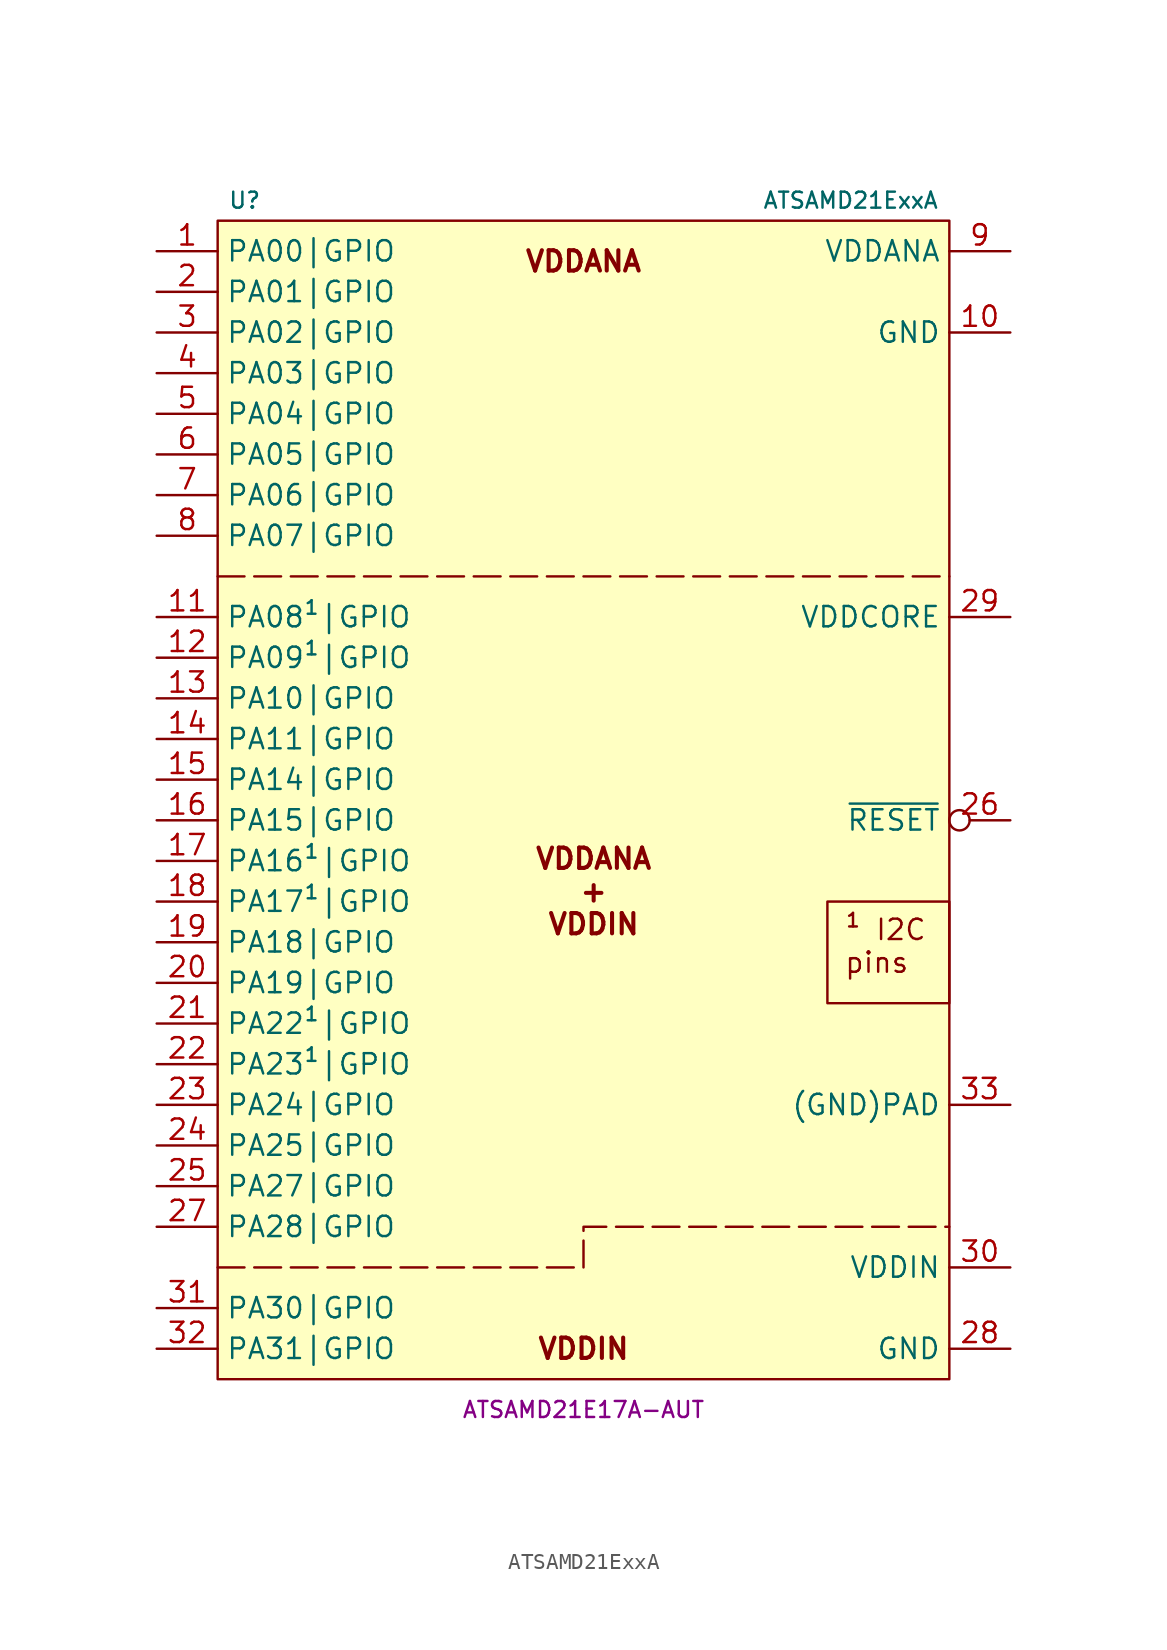
<source format=kicad_sym>
(kicad_symbol_lib
  (version 20231120)
  (generator "kicad_symbol_editor")
  (generator_version "8.0")
  (symbol "ATSAMD21ExxA"
    (property "Reference" "U"
      (at -22.225 36.195 0)
      (do_not_autoplace)
      (effects (font (size 1 1)) (justify left)))
    (property "Value" "ATSAMD21ExxA"
      (at 22.225 36.195 0)
      (do_not_autoplace)
      (effects (font (size 1 1)) (justify right)))
    (property "MPN" "ATSAMD21E17A-AUT"
      (at 0 -39.37 0)
      (do_not_autoplace)
      (effects (font (size 1 1))))
    (symbol "ATSAMD21ExxA_0_1"
      (rectangle (start -22.86 34.925) (end 22.86 -37.465) (stroke (width 0.152) (type default)) (fill (type background))))
    (symbol "ATSAMD21ExxA_1_1"
      (polyline (pts (xy -22.86 12.7) (xy 22.86 12.7)) (stroke (width 0) (type dash)) (fill (type none)))
      (polyline (pts (xy -22.86 -30.48) (xy 0 -30.48) (xy 0 -27.94) (xy 22.86 -27.94)) (stroke (width 0) (type dash)) (fill (type none)))
      (text "VDDANA\n" (at 0 32.385 0) (effects (font (size 1.27 1.27) (bold yes))))
      (text "VDDANA\n+\nVDDIN" (at 0.635 -6.985 0) (effects (font (size 1.27 1.27) (bold yes))))
      (text "VDDIN" (at 0 -35.56 0) (effects (font (size 1.27 1.27) (bold yes))))
      (text_box "¹ I2C pins" (at 15.24 -7.62 0) (size 7.62 -6.35) (stroke (width 0) (type default)) (fill (type none)) (effects (font (size 1.27 1.27)) (justify left top)))
      (pin bidirectional line (at -26.67 33.02 0) (length 3.81) (name "PA00|GPIO" (effects (font (size 1.27 1.27)))) (number "1" (effects (font (size 1.27 1.27)))) (alternate "PA00|A:EXTINT.0" input line) (alternate "PA00|D0:SERCOM1.MI/SI" input line) (alternate "PA00|D0:SERCOM1.MO/SO" output line) (alternate "PA00|D0:SERCOM1.RX" input line) (alternate "PA00|D0:SERCOM1.TX" output line) (alternate "PA00|D2:SERCOM1.TX" output line) (alternate "PA00|D3:SERCOM1.MO/SO" output line) (alternate "PA00|D:SERCOM1.PAD0" bidirectional line) (alternate "PA00|E:TCC2.WO0" output line) (alternate "XIN32" input clock))
      (pin power_in line (at 26.67 27.94 180) (length 3.81) (name "GND" (effects (font (size 1.27 1.27)))) (number "10" (effects (font (size 1.27 1.27)))))
      (pin bidirectional line (at -26.67 10.16 0) (length 3.81) (name "PA08¹|GPIO" (effects (font (size 1.27 1.27)))) (number "11" (effects (font (size 1.27 1.27)))) (alternate "PA08¹|A:NMI" input line) (alternate "PA08¹|B:ADC.IN16" input line) (alternate "PA08¹|B:PTC.X0" input line) (alternate "PA08¹|C0:SERCOM0.MI/SI" input line) (alternate "PA08¹|C0:SERCOM0.MO/SO" output line) (alternate "PA08¹|C0:SERCOM0.RX" input line) (alternate "PA08¹|C0:SERCOM0.TX" output line) (alternate "PA08¹|C2:SERCOM0.MO/SO" output line) (alternate "PA08¹|C2:SERCOM0.TX" output line) (alternate "PA08¹|C:SERCOM0.PAD0" bidirectional line) (alternate "PA08¹|C:SERCOM0.SDA" open_collector line) (alternate "PA08¹|D0:SERCOM2.MI/SI" input line) (alternate "PA08¹|D0:SERCOM2.MO/SO" output line) (alternate "PA08¹|D0:SERCOM2.RX" input line) (alternate "PA08¹|D0:SERCOM2.TX" output line) (alternate "PA08¹|D2:SERCOM2.MO/SO" output line) (alternate "PA08¹|D2:SERCOM2.TX" output line) (alternate "PA08¹|D:SERCOM2.PAD0" bidirectional line) (alternate "PA08¹|D:SERCOM2.SDA" open_collector line) (alternate "PA08¹|E:TCC0.WO0" output line) (alternate "PA08¹|F:TCC1.WO2" bidirectional line) (alternate "PA08¹|G:I2S.SD1" bidirectional line))
      (pin bidirectional line (at -26.67 7.62 0) (length 3.81) (name "PA09¹|GPIO" (effects (font (size 1.27 1.27)))) (number "12" (effects (font (size 1.27 1.27)))) (alternate "PA09¹|A:EXTINT.9" input line) (alternate "PA09¹|B:ADC.IN17" input line) (alternate "PA09¹|B:PTC.X1" input line) (alternate "PA09¹|C0:SERCOM0.SCK" bidirectional clock) (alternate "PA09¹|C0:SERCOM0.XCK" bidirectional clock) (alternate "PA09¹|C1:SERCOM0.MI/SI" input line) (alternate "PA09¹|C1:SERCOM0.RX" input line) (alternate "PA09¹|C1:SERCOM0.~{SS}" bidirectional inverted) (alternate "PA09¹|C2:SERCOM0.SCK" bidirectional clock) (alternate "PA09¹|C3:SERCOM0.~{SS}" bidirectional inverted) (alternate "PA09¹|C:SERCOM0.PAD1" bidirectional line) (alternate "PA09¹|C:SERCOM0.SCL" open_collector clock) (alternate "PA09¹|D0:SERCOM2.SCK" bidirectional clock) (alternate "PA09¹|D0:SERCOM2.XCK" bidirectional clock) (alternate "PA09¹|D1:SERCOM2.MI/SI" input line) (alternate "PA09¹|D1:SERCOM2.RX" input line) (alternate "PA09¹|D1:SERCOM2.~{SS}" bidirectional inverted) (alternate "PA09¹|D2:SERCOM2.SCK" bidirectional clock) (alternate "PA09¹|D3:SERCOM2.~{SS}" bidirectional inverted) (alternate "PA09¹|D:SERCOM2.PAD1" bidirectional line) (alternate "PA09¹|D:SERCOM2.SCL" open_collector clock) (alternate "PA09¹|E:TCC0.WO1" output line) (alternate "PA09¹|F:TCC1.WO3" output line) (alternate "PA09¹|G:I2S.MCK0" bidirectional clock))
      (pin bidirectional line (at -26.67 5.08 0) (length 3.81) (name "PA10|GPIO" (effects (font (size 1.27 1.27)))) (number "13" (effects (font (size 1.27 1.27)))) (alternate "PA10|A:EXTINT.10" input line) (alternate "PA10|B:ADC.IN18" input line) (alternate "PA10|B:PTC.X2" input line) (alternate "PA10|C0:SERCOM0.~{SS}" bidirectional inverted) (alternate "PA10|C1:SERCOM0.MO/SO" output line) (alternate "PA10|C1:SERCOM0.TX" output line) (alternate "PA10|C2:SERCOM0.MI/SI" input line) (alternate "PA10|C2:SERCOM0.RX" input line) (alternate "PA10|C2:SERCOM0.~{RTS}" output inverted) (alternate "PA10|C2:SERCOM0.~{SS}" bidirectional inverted) (alternate "PA10|C:SERCOM0.PAD2" bidirectional line) (alternate "PA10|D0:SERCOM2.~{SS}" bidirectional inverted) (alternate "PA10|D1:SERCOM2.MO/SO" output line) (alternate "PA10|D1:SERCOM2.TX" output line) (alternate "PA10|D2:SERCOM2.MI/SI" input line) (alternate "PA10|D2:SERCOM2.RX" input line) (alternate "PA10|D2:SERCOM2.~{RTS}" output inverted) (alternate "PA10|D2:SERCOM2.~{SS}" bidirectional inverted) (alternate "PA10|D:SERCOM2.PAD2" bidirectional line) (alternate "PA10|E:TCC0.WO2" output line) (alternate "PA10|F:TCC1.WO0" output line) (alternate "PA10|G:I2S.SCK0" bidirectional clock) (alternate "PA10|H:GCLK.IO4" bidirectional clock))
      (pin bidirectional line (at -26.67 2.54 0) (length 3.81) (name "PA11|GPIO" (effects (font (size 1.27 1.27)))) (number "14" (effects (font (size 1.27 1.27)))) (alternate "PA11|A:EXTINT.11" input line) (alternate "PA11|B:ADC.IN19" input line) (alternate "PA11|B:PTC.X3" input line) (alternate "PA11|C1:SERCOM0.SCK" bidirectional clock) (alternate "PA11|C1:SERCOM0.XCK" bidirectional clock) (alternate "PA11|C2:SERCOM0.MO/SO" output line) (alternate "PA11|C2:SERCOM0.~{CTS}" input inverted) (alternate "PA11|C3:SERCOM0.MI/SI" input line) (alternate "PA11|C3:SERCOM0.RX" input line) (alternate "PA11|C3:SERCOM0.SCK" bidirectional clock) (alternate "PA11|C:SERCOM0.PAD3" bidirectional line) (alternate "PA11|D1:SERCOM2.SCK" bidirectional clock) (alternate "PA11|D1:SERCOM2.XCK" bidirectional clock) (alternate "PA11|D2:SERCOM2.MO/SO" output line) (alternate "PA11|D2:SERCOM2.~{CTS}" input line) (alternate "PA11|D3:SERCOM2.MI/SI" input line) (alternate "PA11|D3:SERCOM2.RX" input line) (alternate "PA11|D3:SERCOM2.SCK" bidirectional clock) (alternate "PA11|D:SERCOM2.PAD3" bidirectional line) (alternate "PA11|E:TCC0.WO3" bidirectional line) (alternate "PA11|F:TCC1.WO1" bidirectional line) (alternate "PA11|G:I2S.FS0" bidirectional clock) (alternate "PA11|H:GCLK.IO5" bidirectional clock))
      (pin bidirectional line (at -26.67 0 0) (length 3.81) (name "PA14|GPIO" (effects (font (size 1.27 1.27)))) (number "15" (effects (font (size 1.27 1.27)))) (alternate "PA14|A:EXTINT.14" input line) (alternate "PA14|C0:SERCOM2.~{SS}" bidirectional inverted) (alternate "PA14|C1:SERCOM2.MO/SO" output line) (alternate "PA14|C1:SERCOM2.TX" output line) (alternate "PA14|C2:SERCOM2.MI/SI" input line) (alternate "PA14|C2:SERCOM2.RX" input line) (alternate "PA14|C2:SERCOM2.~{RTS}" output inverted) (alternate "PA14|C2:SERCOM2.~{SS}" bidirectional inverted) (alternate "PA14|C:SERCOM2.PAD2" bidirectional line) (alternate "PA14|D0:SERCOM4.~{SS}" bidirectional inverted) (alternate "PA14|D1:SERCOM4.MO/SO" output line) (alternate "PA14|D1:SERCOM4.TX" output line) (alternate "PA14|D2:SERCOM4.MI/SI" input line) (alternate "PA14|D2:SERCOM4.RX" input line) (alternate "PA14|D2:SERCOM4.~{RTS}" output inverted) (alternate "PA14|D2:SERCOM4.~{SS}" bidirectional inverted) (alternate "PA14|D:SERCOM4.PAD2" bidirectional line) (alternate "PA14|E:TC3.WO0" output line) (alternate "PA14|F:TCC0.WO4" output line) (alternate "PA14|H:GCLK.IO0" bidirectional clock) (alternate "XIN" input clock))
      (pin bidirectional line (at -26.67 -2.54 0) (length 3.81) (name "PA15|GPIO" (effects (font (size 1.27 1.27)))) (number "16" (effects (font (size 1.27 1.27)))) (alternate "PA15|C1:SERCOM2.SCK" bidirectional clock) (alternate "PA15|C1:SERCOM2.XCK" bidirectional clock) (alternate "PA15|C2:SERCOM2.MO/SO" output line) (alternate "PA15|C2:SERCOM2.~{CTS}" input inverted) (alternate "PA15|C3:SERCOM2.MI/SI" input line) (alternate "PA15|C3:SERCOM2.RX" input line) (alternate "PA15|C3:SERCOM2.SCK" bidirectional clock) (alternate "PA15|C:SERCOM2.PAD3" bidirectional line) (alternate "PA15|D1:SERCOM4.SCK" bidirectional clock) (alternate "PA15|D1:SERCOM4.XCK" bidirectional clock) (alternate "PA15|D2:SERCOM4.MO/SO" output line) (alternate "PA15|D2:SERCOM4.~{CTS}" input inverted) (alternate "PA15|D3:SERCOM4.MI/SI" input line) (alternate "PA15|D3:SERCOM4.RX" input line) (alternate "PA15|D3:SERCOM4.SCK" bidirectional clock) (alternate "PA15|D:SERCOM4.PAD3" bidirectional line) (alternate "PA15|E:TC3.WO1" output line) (alternate "PA15|F:TCC0.WO5" output line) (alternate "PA15|H:GCLK.IO1" bidirectional clock) (alternate "XOUT" output clock))
      (pin bidirectional line (at -26.67 -5.08 0) (length 3.81) (name "PA16¹|GPIO" (effects (font (size 1.27 1.27)))) (number "17" (effects (font (size 1.27 1.27)))) (alternate "PA16¹|A:EXTINT.0" input line) (alternate "PA16¹|B:PTC.X4" input line) (alternate "PA16¹|C0:SERCOM1.MI/SI" input line) (alternate "PA16¹|C0:SERCOM1.MO/SO" output line) (alternate "PA16¹|C0:SERCOM1.RX" input line) (alternate "PA16¹|C0:SERCOM1.TX" output line) (alternate "PA16¹|C2:SERCOM1.TX" output line) (alternate "PA16¹|C3:SERCOM1.MO/SO" output line) (alternate "PA16¹|C:SERCOM1.PAD0" bidirectional line) (alternate "PA16¹|C:SERCOM1.SDA" open_collector line) (alternate "PA16¹|D0:SERCOM3.MI/SI" input line) (alternate "PA16¹|D0:SERCOM3.MO/SO" output line) (alternate "PA16¹|D0:SERCOM3.RX" input line) (alternate "PA16¹|D0:SERCOM3.TX" output line) (alternate "PA16¹|D2:SERCOM3.TX" output line) (alternate "PA16¹|D3:SERCOM3.MO/SO" output line) (alternate "PA16¹|D:SERCOM3.PAD0" bidirectional line) (alternate "PA16¹|D:SERCOM3.SDA" open_collector line) (alternate "PA16¹|E:TCC2.WO0" output line) (alternate "PA16¹|F:TCC0.WO6" output line) (alternate "PA16¹|H:GCLK.IO2" bidirectional clock))
      (pin bidirectional line (at -26.67 -7.62 0) (length 3.81) (name "PA17¹|GPIO" (effects (font (size 1.27 1.27)))) (number "18" (effects (font (size 1.27 1.27)))) (alternate "PA17¹|A:EXTINT.1" input line) (alternate "PA17¹|B:PTC.X5" input line) (alternate "PA17¹|C0:SERCOM1.SCK" bidirectional clock) (alternate "PA17¹|C0:SERCOM1.XCK" output clock) (alternate "PA17¹|C1:SERCOM1.MI/SI" input line) (alternate "PA17¹|C1:SERCOM1.RX" input line) (alternate "PA17¹|C1:SERCOM1.~{SS}" bidirectional inverted) (alternate "PA17¹|C2:SERCOM1.SCK" bidirectional clock) (alternate "PA17¹|C3:SERCOM1.~{SS}" bidirectional inverted) (alternate "PA17¹|C:SERCOM1.PAD1" bidirectional line) (alternate "PA17¹|C:SERCOM1.SCL" open_collector clock) (alternate "PA17¹|D0:SERCOM3.SCK" bidirectional clock) (alternate "PA17¹|D0:SERCOM3.XCK" output clock) (alternate "PA17¹|D1:SERCOM3.MI/SI" input line) (alternate "PA17¹|D1:SERCOM3.RX" input line) (alternate "PA17¹|D1:SERCOM3.~{SS}" bidirectional inverted) (alternate "PA17¹|D2:SERCOM3.SCK" bidirectional clock) (alternate "PA17¹|D3:SERCOM3.~{SS}" bidirectional inverted) (alternate "PA17¹|D:SERCOM3.PAD1" bidirectional line) (alternate "PA17¹|D:SERCOM3.SCL" open_collector clock) (alternate "PA17¹|E:TCC2.WO1" output line) (alternate "PA17¹|F:TCC0.WO7" output line) (alternate "PA17¹|H:GCLK.IO3" bidirectional clock))
      (pin bidirectional line (at -26.67 -10.16 0) (length 3.81) (name "PA18|GPIO" (effects (font (size 1.27 1.27)))) (number "19" (effects (font (size 1.27 1.27)))) (alternate "PA18|A:EXTINT.2" input line) (alternate "PA18|B:PTC.X6" input line) (alternate "PA18|C0:SERCOM1.~{SS}" bidirectional inverted) (alternate "PA18|C1:SERCOM1.MO/SO" output line) (alternate "PA18|C1:SERCOM1.TX" output line) (alternate "PA18|C2:SERCOM1.MI/SI" input line) (alternate "PA18|C2:SERCOM1.RX" input line) (alternate "PA18|C2:SERCOM1.~{RTS}" output inverted) (alternate "PA18|C2:SERCOM1.~{SS}" bidirectional inverted) (alternate "PA18|C:SERCOM1.PAD2" bidirectional line) (alternate "PA18|D0:SERCOM3.~{SS}" bidirectional inverted) (alternate "PA18|D1:SERCOM3.MO/SO" output line) (alternate "PA18|D1:SERCOM3.TX" output line) (alternate "PA18|D2:SERCOM3.MI/SI" input line) (alternate "PA18|D2:SERCOM3.RX" input line) (alternate "PA18|D2:SERCOM3.~{RTS}" output inverted) (alternate "PA18|D2:SERCOM3.~{SS}" bidirectional inverted) (alternate "PA18|D:SERCOM3.PAD2" bidirectional line) (alternate "PA18|E:TC3.WO0" output line) (alternate "PA18|F:TCC0.WO2" output line) (alternate "PA18|H:AC.COMP0" output line))
      (pin bidirectional line (at -26.67 30.48 0) (length 3.81) (name "PA01|GPIO" (effects (font (size 1.27 1.27)))) (number "2" (effects (font (size 1.27 1.27)))) (alternate "PA01|A:EXTINT.1" input line) (alternate "PA01|D0:SERCOM1.SCK" bidirectional clock) (alternate "PA01|D0:SERCOM1.XCK" bidirectional clock) (alternate "PA01|D1:SERCOM1.MI/SI" input line) (alternate "PA01|D1:SERCOM1.RX" input line) (alternate "PA01|D1:SERCOM1.~{SS}" bidirectional inverted) (alternate "PA01|D2:SERCOM1.SCK" bidirectional clock) (alternate "PA01|D3:SERCOM1.~{SS}" bidirectional inverted) (alternate "PA01|D:SERCOM1.PAD1" bidirectional line) (alternate "PA01|E:TCC2.WO1" output line) (alternate "XOUT32" output clock))
      (pin bidirectional line (at -26.67 -12.7 0) (length 3.81) (name "PA19|GPIO" (effects (font (size 1.27 1.27)))) (number "20" (effects (font (size 1.27 1.27)))) (alternate "PA19|A:EXTINT.3" input line) (alternate "PA19|B:PTC.X7" input line) (alternate "PA19|C1:SERCOM1.SCK" bidirectional clock) (alternate "PA19|C1:SERCOM1.XCK" bidirectional clock) (alternate "PA19|C2:SERCOM1.MO/SO" output line) (alternate "PA19|C2:SERCOM1.~{CTS}" input inverted) (alternate "PA19|C3:SERCOM1.MI/SI" input line) (alternate "PA19|C3:SERCOM1.RX" input line) (alternate "PA19|C3:SERCOM1.SCK" bidirectional clock) (alternate "PA19|C:SERCOM1.PAD3" bidirectional line) (alternate "PA19|D1:SERCOM3.SCK" bidirectional clock) (alternate "PA19|D1:SERCOM3.XCK" bidirectional clock) (alternate "PA19|D2:SERCOM3.MO/SO" output line) (alternate "PA19|D2:SERCOM3.~{CTS}" input inverted) (alternate "PA19|D3:SERCOM3.MI/SI" input line) (alternate "PA19|D3:SERCOM3.RX" input line) (alternate "PA19|D3:SERCOM3.SCK" bidirectional clock) (alternate "PA19|D:SERCOM3.PAD3" bidirectional line) (alternate "PA19|E:TC3.WO3" output line) (alternate "PA19|F:TCC0.WO3" output line) (alternate "PA19|G:I2S.SD0" bidirectional line) (alternate "PA19|H:AC.CMP1" output line))
      (pin bidirectional line (at -26.67 -15.24 0) (length 3.81) (name "PA22¹|GPIO" (effects (font (size 1.27 1.27)))) (number "21" (effects (font (size 1.27 1.27)))) (alternate "PA22¹|A:EXTINT.6" input line) (alternate "PA22¹|B:PTC.X10" input line) (alternate "PA22¹|C0:SERCOM3.MI/SI" input line) (alternate "PA22¹|C0:SERCOM3.MO/SO" output line) (alternate "PA22¹|C0:SERCOM3.RX" input line) (alternate "PA22¹|C0:SERCOM3.TX" output line) (alternate "PA22¹|C2:SERCOM3.TX" output line) (alternate "PA22¹|C3:SERCOM3.MO/SO" output line) (alternate "PA22¹|C:SERCOM3.PAD0" bidirectional line) (alternate "PA22¹|C:SERCOM3.SDA" open_collector line) (alternate "PA22¹|D0:SERCOM5.MI/SI" input line) (alternate "PA22¹|D0:SERCOM5.MO/SO" output line) (alternate "PA22¹|D0:SERCOM5.RX" input line) (alternate "PA22¹|D0:SERCOM5.TX" output line) (alternate "PA22¹|D2:SERCOM5.TX" output line) (alternate "PA22¹|D3:SERCOM5.MO/SO" output line) (alternate "PA22¹|D:SERCOM5.PAD0" bidirectional line) (alternate "PA22¹|D:SERCOM5.SDA" open_collector line) (alternate "PA22¹|E:TC4.WO0" output line) (alternate "PA22¹|F:TCC0.WO4" output line) (alternate "PA22¹|H:GCLK.IO6" bidirectional clock))
      (pin bidirectional line (at -26.67 -17.78 0) (length 3.81) (name "PA23¹|GPIO" (effects (font (size 1.27 1.27)))) (number "22" (effects (font (size 1.27 1.27)))) (alternate "PA23¹|A:EXTINT.7" input line) (alternate "PA23¹|B:PTC.X11" input line) (alternate "PA23¹|C0:SERCOM3.SCK" bidirectional clock) (alternate "PA23¹|C0:SERCOM3.XCK" output clock) (alternate "PA23¹|C1:SERCOM3.MI/SI" input line) (alternate "PA23¹|C1:SERCOM3.RX" input line) (alternate "PA23¹|C1:SERCOM3.~{SS}" bidirectional inverted) (alternate "PA23¹|C2:SERCOM3.SCK" bidirectional clock) (alternate "PA23¹|C3:SERCOM3.~{SS}" bidirectional inverted) (alternate "PA23¹|C:SERCOM3.PAD1" bidirectional line) (alternate "PA23¹|C:SERCOM3.SCL" open_collector clock) (alternate "PA23¹|D0:SERCOM5.SCK" bidirectional clock) (alternate "PA23¹|D0:SERCOM5.XCK" output clock) (alternate "PA23¹|D1:SERCOM5.MI/SI" input line) (alternate "PA23¹|D1:SERCOM5.RX" input line) (alternate "PA23¹|D1:SERCOM5.~{SS}" bidirectional inverted) (alternate "PA23¹|D2:SERCOM5.SCK" bidirectional clock) (alternate "PA23¹|D3:SERCOM5.~{SS}" bidirectional inverted) (alternate "PA23¹|D:SERCOM5.PAD1" bidirectional line) (alternate "PA23¹|D:SERCOM5.SCL" open_collector clock) (alternate "PA23¹|E:TC4.WO1" output line) (alternate "PA23¹|F:TCC0.WO5" output line) (alternate "PA23¹|G:USB.SOF" output clock) (alternate "PA23¹|H:GCLK.IO7" bidirectional clock))
      (pin bidirectional line (at -26.67 -20.32 0) (length 3.81) (name "PA24|GPIO" (effects (font (size 1.27 1.27)))) (number "23" (effects (font (size 1.27 1.27)))) (alternate "PA24|A:EXTINT.12" input line) (alternate "PA24|C0:SERCOM3.~{SS}" bidirectional inverted) (alternate "PA24|C1:SERCOM3.MO/SO" output line) (alternate "PA24|C1:SERCOM3.TX" output line) (alternate "PA24|C2:SERCOM3.MI/SI" input line) (alternate "PA24|C2:SERCOM3.RX" input line) (alternate "PA24|C2:SERCOM3.~{RTS}" output inverted) (alternate "PA24|C2:SERCOM3.~{SS}" bidirectional inverted) (alternate "PA24|C:SERCOM3.PAD2" bidirectional line) (alternate "PA24|D0:SERCOM5.~{SS}" bidirectional inverted) (alternate "PA24|D1:SERCOM5.MO/SO" output line) (alternate "PA24|D1:SERCOM5.TX" output line) (alternate "PA24|D2:SERCOM5.MI/SI" input line) (alternate "PA24|D2:SERCOM5.RX" input line) (alternate "PA24|D2:SERCOM5.~{RTS}" output inverted) (alternate "PA24|D2:SERCOM5.~{SS}" bidirectional inverted) (alternate "PA24|D:SERCOM5.PAD2" bidirectional line) (alternate "PA24|E:TC5.WO0" output line) (alternate "PA24|F:TCC1.WO2" output line) (alternate "PA24|G:USB.D-" bidirectional inverted))
      (pin bidirectional line (at -26.67 -22.86 0) (length 3.81) (name "PA25|GPIO" (effects (font (size 1.27 1.27)))) (number "24" (effects (font (size 1.27 1.27)))) (alternate "PA25|A:EXTINT.13" input line) (alternate "PA25|C1:SERCOM3.SCK" bidirectional clock) (alternate "PA25|C1:SERCOM3.XCK" bidirectional clock) (alternate "PA25|C2:SERCOM3.MO/SO" output line) (alternate "PA25|C2:SERCOM3.~{CTS}" input inverted) (alternate "PA25|C3:SERCOM3.MI/SI" input line) (alternate "PA25|C3:SERCOM3.RX" input line) (alternate "PA25|C3:SERCOM3.SCK" bidirectional clock) (alternate "PA25|C:SERCOM3.PAD3" bidirectional line) (alternate "PA25|D1:SERCOM5.SCK" bidirectional clock) (alternate "PA25|D1:SERCOM5.XCK" bidirectional clock) (alternate "PA25|D2:SERCOM5.MO/SO" output line) (alternate "PA25|D2:SERCOM5.~{CTS}" input inverted) (alternate "PA25|D3:SERCOM5.MI/SI" input line) (alternate "PA25|D3:SERCOM5.RX" input line) (alternate "PA25|D3:SERCOM5.SCK" bidirectional clock) (alternate "PA25|D:SERCOM5.PAD3" bidirectional line) (alternate "PA25|E:TC5.WO1" output line) (alternate "PA25|F:TCC1.WO3" output line) (alternate "PA25|G:USB.D+" bidirectional line))
      (pin bidirectional line (at -26.67 -25.4 0) (length 3.81) (name "PA27|GPIO" (effects (font (size 1.27 1.27)))) (number "25" (effects (font (size 1.27 1.27)))) (alternate "PA27|A:EXTINT.15" input line) (alternate "PA27|F:TCC3.WO6" output line) (alternate "PA27|H:GCLK.IO0" bidirectional clock))
      (pin input inverted (at 26.67 -2.54 180) (length 3.81) (name "~{RESET}" (effects (font (size 1.27 1.27)))) (number "26" (effects (font (size 1.27 1.27)))))
      (pin bidirectional line (at -26.67 -27.94 0) (length 3.81) (name "PA28|GPIO" (effects (font (size 1.27 1.27)))) (number "27" (effects (font (size 1.27 1.27)))) (alternate "PA28|A:EXTINT.8" input line) (alternate "PA28|F:TCC3.WO7" output line) (alternate "PA28|H:GCLK.IO0" bidirectional clock))
      (pin power_in line (at 26.67 -35.56 180) (length 3.81) (name "GND" (effects (font (size 1.27 1.27)))) (number "28" (effects (font (size 1.27 1.27)))))
      (pin power_out line (at 26.67 10.16 180) (length 3.81) (name "VDDCORE" (effects (font (size 1.27 1.27)))) (number "29" (effects (font (size 1.27 1.27)))))
      (pin bidirectional line (at -26.67 27.94 0) (length 3.81) (name "PA02|GPIO" (effects (font (size 1.27 1.27)))) (number "3" (effects (font (size 1.27 1.27)))) (alternate "PA02|A:EXTINT.2" input line) (alternate "PA02|B:ADC.IN0" input line) (alternate "PA02|B:DAC.VOUT" output line) (alternate "PA02|B:PTC.Y0" bidirectional line) (alternate "PA02|F:TCC3.WO0" output line))
      (pin power_in line (at 26.67 -30.48 180) (length 3.81) (name "VDDIN" (effects (font (size 1.27 1.27)))) (number "30" (effects (font (size 1.27 1.27)))))
      (pin bidirectional line (at -26.67 -33.02 0) (length 3.81) (name "PA30|GPIO" (effects (font (size 1.27 1.27)))) (number "31" (effects (font (size 1.27 1.27)))) (alternate "PA30|D0:SERCOM1.~{SS}" bidirectional inverted) (alternate "PA30|D1:SERCOM1.MO/SO" output line) (alternate "PA30|D1:SERCOM1.TX" output line) (alternate "PA30|D2:SERCOM1.MI/SI" input line) (alternate "PA30|D2:SERCOM1.RX" input line) (alternate "PA30|D2:SERCOM1.~{RTS}" output inverted) (alternate "PA30|D2:SERCOM1.~{SS}" bidirectional inverted) (alternate "PA30|D:SERCOM1.PAD2" bidirectional line) (alternate "PA30|E:TCC1.WO0" output line) (alternate "PA30|F:TCC3.WO4" output line) (alternate "PA30|G:SWCLK" input clock) (alternate "PA30|H:GCLK.IO0" bidirectional clock))
      (pin bidirectional line (at -26.67 -35.56 0) (length 3.81) (name "PA31|GPIO" (effects (font (size 1.27 1.27)))) (number "32" (effects (font (size 1.27 1.27)))) (alternate "PA31|A:EXTINT.11" input line) (alternate "PA31|D1:SERCOM1.SCK" bidirectional clock) (alternate "PA31|D1:SERCOM1.XCK" bidirectional clock) (alternate "PA31|D2:SERCOM1.MO/SO" output line) (alternate "PA31|D2:SERCOM1.~{CTS}" input inverted) (alternate "PA31|D3:SERCOM1.MI/SI" input line) (alternate "PA31|D3:SERCOM1.RX" input line) (alternate "PA31|D3:SERCOM1.SCK" bidirectional clock) (alternate "PA31|D:SERCOM1.PAD3" bidirectional line) (alternate "PA31|E:TCC1.WO1" output line) (alternate "PA31|F:TCC3.WO5" output line) (alternate "PA31|G:SWDIO" bidirectional line))
      (pin power_in line (at 26.67 -20.32 180) (length 3.81) (name "(GND)PAD" (effects (font (size 1.27 1.27)))) (number "33" (effects (font (size 1.27 1.27)))))
      (pin bidirectional line (at -26.67 25.4 0) (length 3.81) (name "PA03|GPIO" (effects (font (size 1.27 1.27)))) (number "4" (effects (font (size 1.27 1.27)))) (alternate "PA03|A:EXTINT.3" input line) (alternate "PA03|B:ADC.IN1" input line) (alternate "PA03|B:ADC.VREFA" input line) (alternate "PA03|B:PTC.Y1" bidirectional line) (alternate "PA03|F:TCC3.WO1" output line))
      (pin bidirectional line (at -26.67 22.86 0) (length 3.81) (name "PA04|GPIO" (effects (font (size 1.27 1.27)))) (number "5" (effects (font (size 1.27 1.27)))) (alternate "PA04|A:EXTINT.4" input line) (alternate "PA04|B:AC.IN0" input line) (alternate "PA04|B:ADC.IN4" input line) (alternate "PA04|B:ADC.VREFB" input line) (alternate "PA04|B:PTC.Y2" bidirectional line) (alternate "PA04|D0:SERCOM0.MI/SI" input line) (alternate "PA04|D0:SERCOM0.MO/SO" output line) (alternate "PA04|D0:SERCOM0.RX" input line) (alternate "PA04|D0:SERCOM0.TX" output line) (alternate "PA04|D2:SERCOM0.TX" output line) (alternate "PA04|D3:SERCOM0.MO/SO" output line) (alternate "PA04|D:SERCOM0.PAD0" bidirectional line) (alternate "PA04|E:TCC0.WO0" output line) (alternate "PA04|F:TCC3.WO2" output line))
      (pin bidirectional line (at -26.67 20.32 0) (length 3.81) (name "PA05|GPIO" (effects (font (size 1.27 1.27)))) (number "6" (effects (font (size 1.27 1.27)))) (alternate "PA05|A:EXTINT.5" input line) (alternate "PA05|B:AC.IN1" input line) (alternate "PA05|B:ADC.IN5" input line) (alternate "PA05|B:PTC.Y3" bidirectional line) (alternate "PA05|D0:SERCOM0.SCK" bidirectional clock) (alternate "PA05|D0:SERCOM0.XCK" bidirectional clock) (alternate "PA05|D1:SERCOM0.MI/SI" input line) (alternate "PA05|D1:SERCOM0.RX" input line) (alternate "PA05|D1:SERCOM0.~{SS}" bidirectional inverted) (alternate "PA05|D2:SERCOM0.SCK" bidirectional clock) (alternate "PA05|D3:SERCOM0.~{SS}" bidirectional inverted) (alternate "PA05|D:SERCOM0.PAD1" bidirectional line))
      (pin bidirectional line (at -26.67 17.78 0) (length 3.81) (name "PA06|GPIO" (effects (font (size 1.27 1.27)))) (number "7" (effects (font (size 1.27 1.27)))) (alternate "PA06|A:EXTINT.6" input line) (alternate "PA06|B:AC.IN2" input line) (alternate "PA06|B:ADC.IN6" input line) (alternate "PA06|D0:SERCOM0.~{SS}" bidirectional inverted) (alternate "PA06|D1:SERCOM0.MO/SO" output line) (alternate "PA06|D1:SERCOM0.TX" output line) (alternate "PA06|D2:SERCOM0.MI/SI" input line) (alternate "PA06|D2:SERCOM0.RX" input line) (alternate "PA06|D2:SERCOM0.~{RTS}" output inverted) (alternate "PA06|D2:SERCOM0.~{SS}" bidirectional inverted) (alternate "PA06|D:SERCOM0.PAD2" bidirectional line))
      (pin bidirectional line (at -26.67 15.24 0) (length 3.81) (name "PA07|GPIO" (effects (font (size 1.27 1.27)))) (number "8" (effects (font (size 1.27 1.27)))) (alternate "PA07|A:EXTINT.7" input line) (alternate "PA07|B:AC.IN3" input line) (alternate "PA07|B:ADC.IN7" input line) (alternate "PA07|B:PTC.Y5" bidirectional line) (alternate "PA07|D1:SERCOM0.SCK" bidirectional clock) (alternate "PA07|D1:SERCOM0.XCK" bidirectional clock) (alternate "PA07|D2:SERCOM0.MO/SO" output line) (alternate "PA07|D2:SERCOM0.~{CTS}" input inverted) (alternate "PA07|D3:SERCOM0.MI/SI" input line) (alternate "PA07|D3:SERCOM0.RX" input line) (alternate "PA07|D3:SERCOM0.SCK" bidirectional clock) (alternate "PA07|D:SERCOM0.PAD3" bidirectional line) (alternate "PA07|E:TCC1.WO1" output line) (alternate "PA07|F:TCC3.WO5" output line) (alternate "PA07|G:I2S.SD0" bidirectional line))
      (pin power_in line (at 26.67 33.02 180) (length 3.81) (name "VDDANA" (effects (font (size 1.27 1.27)))) (number "9" (effects (font (size 1.27 1.27))))))))
</source>
